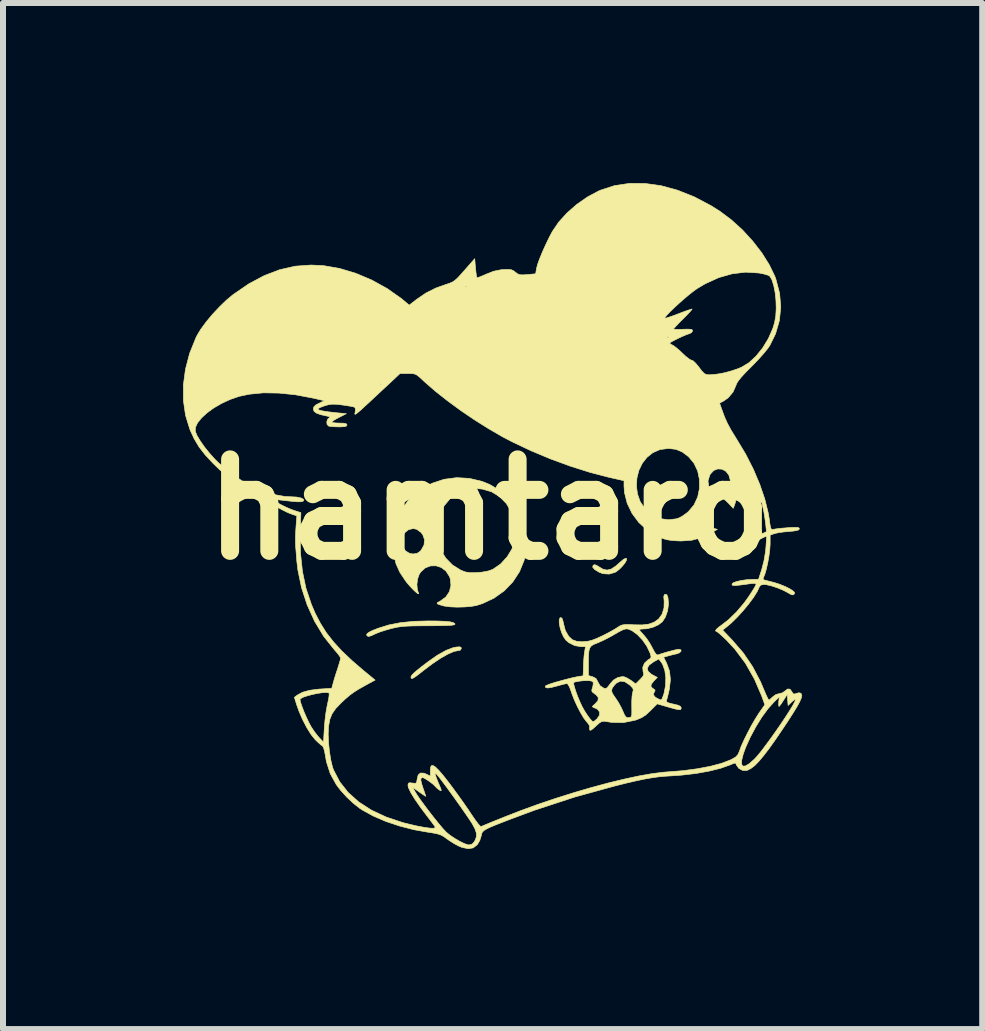
<source format=kicad_pcb>
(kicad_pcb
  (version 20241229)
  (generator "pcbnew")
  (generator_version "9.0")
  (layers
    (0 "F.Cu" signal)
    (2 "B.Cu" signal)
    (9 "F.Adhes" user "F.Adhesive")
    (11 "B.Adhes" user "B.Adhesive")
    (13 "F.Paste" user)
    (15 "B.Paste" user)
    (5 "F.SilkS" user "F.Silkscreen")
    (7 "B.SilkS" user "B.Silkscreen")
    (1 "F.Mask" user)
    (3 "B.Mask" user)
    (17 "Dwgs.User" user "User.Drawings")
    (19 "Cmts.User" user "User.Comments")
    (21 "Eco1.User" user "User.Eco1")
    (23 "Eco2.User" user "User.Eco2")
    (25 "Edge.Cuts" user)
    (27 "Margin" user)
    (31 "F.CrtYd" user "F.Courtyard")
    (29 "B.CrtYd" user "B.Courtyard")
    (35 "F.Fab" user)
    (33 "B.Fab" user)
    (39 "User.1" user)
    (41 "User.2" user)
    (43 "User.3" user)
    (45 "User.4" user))
  (footprint "hamtaro"
    (layer "F.Cu")
    (at 5.101 5.437)
    (property "Reference" "hamtaro" (at 0 0 0) (layer "F.SilkS") (effects (font (size 1.524 1.524) (thickness 0.3))))
    (attr through_hole)
    (fp_poly (pts (xy 2.286 0.817) (xy 2.286 0.844) (xy 2.261 0.889) (xy 2.219 0.942) (xy 2.168 0.994) (xy 2.115 1.036) (xy 2.094 1.048) (xy 1.997 1.076) (xy 1.894 1.07) (xy 1.831 1.046) (xy 1.755 1) (xy 1.722 0.961) (xy 1.73 0.929) (xy 1.757 0.919) (xy 1.8 0.938) (xy 1.815 0.948) (xy 1.892 0.994) (xy 1.961 1.01) (xy 2.03 0.993) (xy 2.106 0.943) (xy 2.175 0.882) (xy 2.236 0.83) (xy 2.274 0.813) (xy 2.286 0.817)) (stroke (width 0.01) (type solid)) (fill yes) (layer "F.SilkS"))
    (fp_poly (pts (xy -0.471 2.296) (xy -0.466 2.315) (xy -0.483 2.344) (xy -0.513 2.35) (xy -0.589 2.365) (xy -0.69 2.409) (xy -0.812 2.478) (xy -0.951 2.572) (xy -1.102 2.686) (xy -1.138 2.715) (xy -1.213 2.773) (xy -1.262 2.806) (xy -1.29 2.817) (xy -1.304 2.807) (xy -1.304 2.806) (xy -1.305 2.787) (xy -1.292 2.762) (xy -1.26 2.728) (xy -1.206 2.681) (xy -1.126 2.617) (xy -1.021 2.537) (xy -0.862 2.426) (xy -0.72 2.347) (xy -0.599 2.301) (xy -0.552 2.292) (xy -0.496 2.288) (xy -0.471 2.296)) (stroke (width 0.01) (type solid)) (fill yes) (layer "F.SilkS"))
    (fp_poly (pts (xy -0.865 1.858) (xy -0.743 1.863) (xy -0.656 1.871) (xy -0.601 1.884) (xy -0.575 1.901) (xy -0.571 1.912) (xy -0.584 1.921) (xy -0.625 1.928) (xy -0.697 1.933) (xy -0.803 1.935) (xy -0.947 1.937) (xy -1.011 1.937) (xy -1.166 1.938) (xy -1.287 1.94) (xy -1.382 1.944) (xy -1.46 1.95) (xy -1.528 1.96) (xy -1.594 1.974) (xy -1.635 1.984) (xy -1.731 2.011) (xy -1.821 2.04) (xy -1.89 2.067) (xy -1.904 2.074) (xy -1.971 2.105) (xy -2.012 2.115) (xy -2.036 2.105) (xy -2.041 2.098) (xy -2.041 2.075) (xy -2.01 2.048) (xy -1.946 2.016) (xy -1.858 1.981) (xy -1.676 1.924) (xy -1.477 1.885) (xy -1.254 1.863) (xy -1.027 1.857) (xy -0.865 1.858)) (stroke (width 0.01) (type solid)) (fill yes) (layer "F.SilkS"))
    (fp_poly (pts (xy -0.332 -0.518) (xy -0.121 -0.468) (xy 0.003 -0.418) (xy 0.17 -0.32) (xy 0.319 -0.188) (xy 0.445 -0.032) (xy 0.539 0.141) (xy 0.572 0.23) (xy 0.6 0.361) (xy 0.613 0.513) (xy 0.61 0.667) (xy 0.591 0.805) (xy 0.58 0.848) (xy 0.503 1.037) (xy 0.391 1.208) (xy 0.248 1.356) (xy 0.078 1.477) (xy -0.113 1.567) (xy -0.213 1.599) (xy -0.303 1.615) (xy -0.416 1.624) (xy -0.537 1.627) (xy -0.651 1.622) (xy -0.743 1.61) (xy -0.762 1.606) (xy -0.834 1.585) (xy -0.868 1.57) (xy -0.868 1.555) (xy -0.835 1.535) (xy -0.812 1.523) (xy -0.723 1.457) (xy -0.664 1.368) (xy -0.639 1.264) (xy -0.65 1.155) (xy -0.664 1.116) (xy -0.721 1.027) (xy -0.799 0.967) (xy -0.888 0.938) (xy -0.981 0.94) (xy -1.068 0.974) (xy -1.141 1.04) (xy -1.168 1.081) (xy -1.195 1.158) (xy -1.206 1.249) (xy -1.199 1.334) (xy -1.184 1.379) (xy -1.175 1.404) (xy -1.19 1.403) (xy -1.221 1.379) (xy -1.265 1.338) (xy -1.316 1.285) (xy -1.369 1.224) (xy -1.398 1.186) (xy -1.492 1.044) (xy -1.554 0.906) (xy -1.59 0.756) (xy -1.603 0.623) (xy -1.601 0.526) (xy -1.46 0.526) (xy -1.444 0.618) (xy -1.397 0.689) (xy -1.328 0.732) (xy -1.27 0.741) (xy -1.205 0.732) (xy -1.156 0.7) (xy -1.134 0.676) (xy -1.087 0.591) (xy -1.079 0.503) (xy -1.109 0.419) (xy -1.141 0.379) (xy -1.154 0.371) (xy -0.881 0.371) (xy -0.86 0.529) (xy -0.807 0.679) (xy -0.723 0.813) (xy -0.613 0.925) (xy -0.477 1.01) (xy -0.402 1.04) (xy -0.325 1.053) (xy -0.224 1.053) (xy -0.116 1.043) (xy -0.015 1.024) (xy 0.059 0.997) (xy 0.187 0.909) (xy 0.298 0.788) (xy 0.373 0.665) (xy 0.404 0.594) (xy 0.423 0.532) (xy 0.431 0.462) (xy 0.433 0.368) (xy 0.433 0.36) (xy 0.43 0.259) (xy 0.421 0.183) (xy 0.4 0.114) (xy 0.372 0.048) (xy 0.284 -0.099) (xy 0.171 -0.214) (xy 0.035 -0.296) (xy -0.118 -0.34) (xy -0.222 -0.349) (xy -0.382 -0.329) (xy -0.528 -0.271) (xy -0.655 -0.178) (xy -0.761 -0.051) (xy -0.817 0.051) (xy -0.868 0.209) (xy -0.881 0.371) (xy -1.154 0.371) (xy -1.212 0.329) (xy -1.27 0.318) (xy -1.346 0.337) (xy -1.41 0.388) (xy -1.45 0.462) (xy -1.46 0.526) (xy -1.601 0.526) (xy -1.599 0.407) (xy -1.559 0.212) (xy -1.482 0.035) (xy -1.367 -0.128) (xy -1.301 -0.199) (xy -1.135 -0.337) (xy -0.95 -0.438) (xy -0.752 -0.503) (xy -0.544 -0.53) (xy -0.332 -0.518)) (stroke (width 0.01) (type solid)) (fill yes) (layer "F.SilkS"))
    (fp_poly (pts (xy 2.957 1.419) (xy 2.976 1.467) (xy 2.984 1.557) (xy 2.984 1.583) (xy 2.97 1.689) (xy 2.933 1.793) (xy 2.883 1.87) (xy 2.817 1.921) (xy 2.727 1.962) (xy 2.63 1.986) (xy 2.588 1.989) (xy 2.533 1.992) (xy 2.501 1.998) (xy 2.498 2.001) (xy 2.511 2.022) (xy 2.546 2.062) (xy 2.572 2.09) (xy 2.622 2.151) (xy 2.675 2.231) (xy 2.713 2.301) (xy 2.752 2.374) (xy 2.781 2.413) (xy 2.805 2.424) (xy 2.813 2.422) (xy 2.863 2.404) (xy 2.934 2.382) (xy 3.014 2.36) (xy 3.088 2.341) (xy 3.142 2.33) (xy 3.159 2.328) (xy 3.192 2.338) (xy 3.194 2.361) (xy 3.17 2.386) (xy 3.127 2.403) (xy 3.057 2.419) (xy 2.983 2.438) (xy 2.981 2.439) (xy 2.904 2.461) (xy 2.953 2.559) (xy 3.002 2.693) (xy 3.017 2.833) (xy 3 2.988) (xy 2.998 2.998) (xy 2.98 3.076) (xy 2.964 3.141) (xy 2.953 3.179) (xy 2.951 3.2) (xy 2.972 3.217) (xy 3.024 3.232) (xy 3.067 3.242) (xy 3.142 3.26) (xy 3.182 3.278) (xy 3.196 3.301) (xy 3.196 3.307) (xy 3.193 3.325) (xy 3.181 3.335) (xy 3.152 3.334) (xy 3.099 3.324) (xy 3.018 3.302) (xy 2.938 3.279) (xy 2.797 3.238) (xy 2.682 3.353) (xy 2.608 3.422) (xy 2.539 3.467) (xy 2.458 3.501) (xy 2.425 3.512) (xy 2.234 3.55) (xy 2.041 3.547) (xy 1.969 3.536) (xy 1.913 3.527) (xy 1.874 3.532) (xy 1.835 3.555) (xy 1.784 3.6) (xy 1.727 3.652) (xy 1.693 3.676) (xy 1.676 3.678) (xy 1.67 3.659) (xy 1.67 3.657) (xy 1.67 3.617) (xy 1.671 3.611) (xy 1.66 3.585) (xy 1.628 3.544) (xy 1.621 3.536) (xy 1.575 3.477) (xy 1.522 3.388) (xy 1.467 3.283) (xy 1.416 3.172) (xy 1.375 3.066) (xy 1.364 3.032) (xy 1.336 2.958) (xy 1.31 2.912) (xy 1.307 2.91) (xy 1.406 2.91) (xy 1.42 2.965) (xy 1.444 3.04) (xy 1.476 3.125) (xy 1.513 3.212) (xy 1.545 3.281) (xy 1.587 3.356) (xy 1.634 3.428) (xy 1.678 3.488) (xy 1.714 3.526) (xy 1.731 3.535) (xy 1.754 3.522) (xy 1.791 3.49) (xy 1.793 3.489) (xy 1.834 3.431) (xy 1.838 3.376) (xy 1.806 3.331) (xy 1.783 3.318) (xy 1.739 3.299) (xy 1.717 3.287) (xy 1.725 3.272) (xy 1.758 3.242) (xy 1.764 3.237) (xy 1.81 3.184) (xy 1.815 3.133) (xy 1.778 3.087) (xy 1.757 3.073) (xy 1.712 3.037) (xy 1.709 3.018) (xy 2.036 3.018) (xy 2.051 3.065) (xy 2.093 3.128) (xy 2.102 3.14) (xy 2.151 3.214) (xy 2.199 3.303) (xy 2.222 3.353) (xy 2.251 3.42) (xy 2.275 3.455) (xy 2.3 3.468) (xy 2.324 3.467) (xy 2.35 3.462) (xy 2.365 3.45) (xy 2.373 3.421) (xy 2.374 3.368) (xy 2.373 3.28) (xy 2.373 3.28) (xy 2.373 3.189) (xy 2.378 3.109) (xy 2.387 3.053) (xy 2.39 3.043) (xy 2.399 3.005) (xy 2.388 2.974) (xy 2.351 2.935) (xy 2.337 2.922) (xy 2.258 2.87) (xy 2.186 2.859) (xy 2.12 2.89) (xy 2.087 2.923) (xy 2.048 2.975) (xy 2.036 3.018) (xy 1.709 3.018) (xy 1.707 3.006) (xy 1.721 2.961) (xy 1.73 2.918) (xy 1.731 2.879) (xy 1.709 2.86) (xy 1.673 2.853) (xy 1.617 2.851) (xy 1.548 2.854) (xy 1.479 2.863) (xy 1.426 2.874) (xy 1.406 2.883) (xy 1.406 2.91) (xy 1.307 2.91) (xy 1.293 2.9) (xy 1.259 2.906) (xy 1.198 2.921) (xy 1.122 2.942) (xy 1.118 2.943) (xy 1.025 2.967) (xy 0.966 2.974) (xy 0.936 2.962) (xy 0.931 2.944) (xy 0.951 2.931) (xy 1.003 2.91) (xy 1.079 2.885) (xy 1.171 2.859) (xy 1.27 2.832) (xy 1.368 2.807) (xy 1.455 2.788) (xy 1.525 2.776) (xy 1.56 2.773) (xy 1.563 2.753) (xy 1.566 2.703) (xy 1.568 2.631) (xy 1.568 2.63) (xy 1.569 2.582) (xy 1.651 2.582) (xy 1.651 2.767) (xy 1.72 2.786) (xy 1.777 2.815) (xy 1.807 2.868) (xy 1.808 2.872) (xy 1.847 2.938) (xy 1.908 2.977) (xy 1.94 2.983) (xy 1.965 2.967) (xy 1.998 2.926) (xy 2.009 2.909) (xy 2.066 2.844) (xy 2.14 2.799) (xy 2.217 2.784) (xy 2.246 2.787) (xy 2.296 2.808) (xy 2.355 2.844) (xy 2.368 2.853) (xy 2.439 2.905) (xy 2.511 2.832) (xy 2.555 2.785) (xy 2.572 2.751) (xy 2.567 2.716) (xy 2.562 2.702) (xy 2.557 2.644) (xy 2.632 2.644) (xy 2.644 2.694) (xy 2.698 2.743) (xy 2.737 2.765) (xy 2.799 2.797) (xy 2.743 2.855) (xy 2.7 2.909) (xy 2.692 2.947) (xy 2.719 2.978) (xy 2.733 2.986) (xy 2.762 3.01) (xy 2.754 3.033) (xy 2.732 3.075) (xy 2.752 3.116) (xy 2.789 3.142) (xy 2.834 3.164) (xy 2.862 3.174) (xy 2.862 3.174) (xy 2.876 3.156) (xy 2.895 3.109) (xy 2.91 3.065) (xy 2.936 2.933) (xy 2.94 2.801) (xy 2.923 2.678) (xy 2.886 2.577) (xy 2.86 2.538) (xy 2.822 2.491) (xy 2.734 2.54) (xy 2.662 2.593) (xy 2.632 2.644) (xy 2.557 2.644) (xy 2.556 2.63) (xy 2.585 2.56) (xy 2.644 2.505) (xy 2.653 2.5) (xy 2.685 2.479) (xy 2.695 2.456) (xy 2.685 2.414) (xy 2.677 2.389) (xy 2.624 2.278) (xy 2.551 2.173) (xy 2.465 2.083) (xy 2.376 2.018) (xy 2.313 1.992) (xy 2.277 1.989) (xy 2.231 2.002) (xy 2.167 2.033) (xy 2.088 2.079) (xy 1.996 2.131) (xy 1.899 2.18) (xy 1.817 2.217) (xy 1.798 2.225) (xy 1.74 2.248) (xy 1.7 2.272) (xy 1.674 2.307) (xy 1.659 2.358) (xy 1.653 2.434) (xy 1.651 2.542) (xy 1.651 2.582) (xy 1.569 2.582) (xy 1.571 2.537) (xy 1.578 2.444) (xy 1.585 2.387) (xy 1.602 2.286) (xy 1.531 2.286) (xy 1.423 2.268) (xy 1.325 2.219) (xy 1.276 2.177) (xy 1.237 2.121) (xy 1.204 2.05) (xy 1.18 1.974) (xy 1.166 1.901) (xy 1.164 1.842) (xy 1.177 1.806) (xy 1.193 1.799) (xy 1.216 1.82) (xy 1.232 1.878) (xy 1.236 1.9) (xy 1.266 2.015) (xy 1.321 2.111) (xy 1.384 2.17) (xy 1.453 2.195) (xy 1.545 2.204) (xy 1.645 2.195) (xy 1.709 2.179) (xy 1.79 2.148) (xy 1.891 2.101) (xy 1.996 2.047) (xy 2.091 1.994) (xy 2.14 1.962) (xy 2.18 1.937) (xy 2.218 1.923) (xy 2.266 1.917) (xy 2.335 1.917) (xy 2.407 1.921) (xy 2.549 1.923) (xy 2.66 1.909) (xy 2.747 1.877) (xy 2.819 1.826) (xy 2.821 1.824) (xy 2.878 1.744) (xy 2.91 1.64) (xy 2.913 1.527) (xy 2.911 1.512) (xy 2.906 1.451) (xy 2.917 1.419) (xy 2.929 1.412) (xy 2.957 1.419)) (stroke (width 0.01) (type solid)) (fill yes) (layer "F.SilkS"))
    (fp_poly (pts (xy 2.595 -5.431) (xy 2.864 -5.393) (xy 3.138 -5.318) (xy 3.416 -5.207) (xy 3.693 -5.061) (xy 3.842 -4.967) (xy 4.034 -4.823) (xy 4.219 -4.655) (xy 4.389 -4.469) (xy 4.54 -4.274) (xy 4.664 -4.076) (xy 4.757 -3.884) (xy 4.774 -3.836) (xy 4.836 -3.601) (xy 4.855 -3.371) (xy 4.832 -3.146) (xy 4.768 -2.926) (xy 4.673 -2.732) (xy 4.633 -2.675) (xy 4.569 -2.597) (xy 4.49 -2.508) (xy 4.402 -2.416) (xy 4.367 -2.381) (xy 4.268 -2.281) (xy 4.197 -2.204) (xy 4.149 -2.144) (xy 4.12 -2.097) (xy 4.109 -2.067) (xy 4.06 -1.956) (xy 3.981 -1.862) (xy 3.91 -1.811) (xy 3.836 -1.771) (xy 3.874 -1.663) (xy 3.919 -1.541) (xy 3.967 -1.434) (xy 4.025 -1.327) (xy 4.099 -1.206) (xy 4.125 -1.164) (xy 4.27 -0.923) (xy 4.398 -0.672) (xy 4.505 -0.419) (xy 4.589 -0.174) (xy 4.646 0.057) (xy 4.662 0.151) (xy 4.674 0.241) (xy 4.685 0.296) (xy 4.696 0.325) (xy 4.712 0.333) (xy 4.736 0.33) (xy 4.741 0.329) (xy 4.786 0.322) (xy 4.86 0.313) (xy 4.949 0.306) (xy 4.979 0.303) (xy 5.07 0.298) (xy 5.126 0.298) (xy 5.155 0.305) (xy 5.164 0.318) (xy 5.165 0.322) (xy 5.155 0.339) (xy 5.12 0.351) (xy 5.055 0.361) (xy 4.99 0.366) (xy 4.898 0.375) (xy 4.814 0.387) (xy 4.754 0.401) (xy 4.747 0.403) (xy 4.678 0.427) (xy 4.678 0.579) (xy 4.672 0.669) (xy 4.658 0.777) (xy 4.638 0.891) (xy 4.614 0.996) (xy 4.589 1.082) (xy 4.571 1.124) (xy 4.56 1.159) (xy 4.576 1.173) (xy 4.61 1.182) (xy 4.671 1.198) (xy 4.743 1.216) (xy 4.837 1.246) (xy 4.935 1.286) (xy 4.993 1.315) (xy 5.055 1.353) (xy 5.083 1.379) (xy 5.085 1.4) (xy 5.08 1.408) (xy 5.059 1.423) (xy 5.028 1.417) (xy 4.976 1.388) (xy 4.974 1.386) (xy 4.895 1.345) (xy 4.799 1.305) (xy 4.701 1.273) (xy 4.615 1.253) (xy 4.574 1.249) (xy 4.52 1.26) (xy 4.498 1.29) (xy 4.463 1.367) (xy 4.403 1.463) (xy 4.323 1.571) (xy 4.231 1.683) (xy 4.133 1.791) (xy 4.036 1.887) (xy 3.97 1.943) (xy 3.887 2.009) (xy 4.046 2.176) (xy 4.232 2.391) (xy 4.386 2.618) (xy 4.518 2.87) (xy 4.573 3) (xy 4.606 3.078) (xy 4.634 3.138) (xy 4.653 3.171) (xy 4.657 3.175) (xy 4.679 3.161) (xy 4.715 3.127) (xy 4.72 3.122) (xy 4.775 3.082) (xy 4.826 3.069) (xy 4.884 3.054) (xy 4.921 3.027) (xy 4.97 2.99) (xy 5.01 2.994) (xy 5.041 3.037) (xy 5.064 3.072) (xy 5.092 3.073) (xy 5.106 3.067) (xy 5.152 3.054) (xy 5.177 3.056) (xy 5.199 3.072) (xy 5.206 3.099) (xy 5.197 3.141) (xy 5.171 3.202) (xy 5.126 3.285) (xy 5.06 3.392) (xy 4.972 3.529) (xy 4.905 3.63) (xy 4.777 3.819) (xy 4.667 3.974) (xy 4.573 4.097) (xy 4.493 4.193) (xy 4.424 4.264) (xy 4.362 4.312) (xy 4.307 4.341) (xy 4.282 4.349) (xy 4.217 4.346) (xy 4.156 4.312) (xy 4.118 4.259) (xy 4.117 4.256) (xy 4.112 4.242) (xy 4.202 4.242) (xy 4.223 4.275) (xy 4.266 4.273) (xy 4.33 4.235) (xy 4.414 4.161) (xy 4.421 4.154) (xy 4.472 4.098) (xy 4.537 4.018) (xy 4.611 3.919) (xy 4.692 3.809) (xy 4.775 3.692) (xy 4.857 3.574) (xy 4.933 3.46) (xy 4.999 3.357) (xy 5.052 3.271) (xy 5.087 3.206) (xy 5.101 3.168) (xy 5.101 3.167) (xy 5.088 3.167) (xy 5.055 3.191) (xy 5.039 3.205) (xy 4.977 3.265) (xy 4.97 3.172) (xy 4.964 3.08) (xy 4.9 3.18) (xy 4.864 3.235) (xy 4.836 3.272) (xy 4.825 3.281) (xy 4.82 3.262) (xy 4.821 3.216) (xy 4.822 3.201) (xy 4.831 3.122) (xy 4.743 3.207) (xy 4.643 3.318) (xy 4.539 3.46) (xy 4.439 3.622) (xy 4.347 3.794) (xy 4.27 3.965) (xy 4.231 4.071) (xy 4.205 4.174) (xy 4.202 4.242) (xy 4.112 4.242) (xy 4.108 4.232) (xy 4.092 4.225) (xy 4.058 4.235) (xy 4.008 4.256) (xy 3.85 4.312) (xy 3.659 4.359) (xy 3.442 4.398) (xy 3.209 4.425) (xy 3.04 4.437) (xy 2.925 4.444) (xy 2.817 4.454) (xy 2.706 4.47) (xy 2.585 4.491) (xy 2.447 4.52) (xy 2.283 4.558) (xy 2.095 4.605) (xy 1.424 4.79) (xy 0.75 5.011) (xy 0.349 5.16) (xy 0.202 5.217) (xy 0.088 5.262) (xy 0.005 5.297) (xy -0.053 5.326) (xy -0.091 5.35) (xy -0.114 5.373) (xy -0.126 5.398) (xy -0.133 5.427) (xy -0.135 5.438) (xy -0.158 5.512) (xy -0.198 5.581) (xy -0.203 5.586) (xy -0.268 5.637) (xy -0.349 5.651) (xy -0.45 5.631) (xy -0.507 5.608) (xy -0.579 5.57) (xy -0.66 5.519) (xy -0.709 5.485) (xy -0.765 5.445) (xy -0.817 5.418) (xy -0.879 5.4) (xy -0.962 5.385) (xy -1.011 5.378) (xy -1.254 5.335) (xy -1.495 5.273) (xy -1.725 5.196) (xy -1.934 5.106) (xy -2.114 5.007) (xy -2.156 4.98) (xy -2.264 4.895) (xy -2.377 4.789) (xy -2.479 4.676) (xy -2.55 4.582) (xy -2.65 4.399) (xy -2.713 4.203) (xy -2.731 4.1) (xy -2.745 4.024) (xy -2.762 3.967) (xy -2.777 3.94) (xy -2.779 3.939) (xy -2.806 3.921) (xy -2.852 3.881) (xy -2.901 3.833) (xy -2.968 3.75) (xy -3.039 3.637) (xy -3.108 3.505) (xy -3.168 3.367) (xy -3.209 3.253) (xy -3.236 3.166) (xy -3.154 3.166) (xy -3.145 3.21) (xy -3.121 3.281) (xy -3.088 3.368) (xy -3.048 3.46) (xy -3.007 3.547) (xy -2.969 3.618) (xy -2.961 3.631) (xy -2.911 3.705) (xy -2.856 3.776) (xy -2.829 3.806) (xy -2.762 3.876) (xy -2.748 3.636) (xy -2.738 3.517) (xy -2.723 3.394) (xy -2.704 3.284) (xy -2.693 3.231) (xy -2.676 3.154) (xy -2.668 3.093) (xy -2.669 3.059) (xy -2.671 3.056) (xy -2.71 3.048) (xy -2.775 3.051) (xy -2.857 3.063) (xy -2.944 3.081) (xy -3.028 3.103) (xy -3.097 3.126) (xy -3.142 3.15) (xy -3.154 3.166) (xy -3.236 3.166) (xy -3.247 3.129) (xy -3.197 3.091) (xy -3.111 3.045) (xy -2.993 3.012) (xy -2.838 2.992) (xy -2.799 2.99) (xy -2.625 2.979) (xy -2.601 2.892) (xy -2.583 2.827) (xy -2.556 2.741) (xy -2.527 2.653) (xy -2.503 2.576) (xy -2.485 2.514) (xy -2.477 2.478) (xy -2.477 2.476) (xy -2.49 2.449) (xy -2.525 2.401) (xy -2.576 2.342) (xy -2.584 2.333) (xy -2.759 2.113) (xy -2.91 1.863) (xy -3.034 1.59) (xy -3.128 1.303) (xy -3.189 1.008) (xy -3.207 0.857) (xy -3.214 0.762) (xy -3.222 0.666) (xy -3.227 0.603) (xy -3.229 0.532) (xy -3.228 0.437) (xy -3.223 0.334) (xy -3.221 0.302) (xy -3.206 0.106) (xy -3.28 0.082) (xy -3.355 0.053) (xy -3.45 0.006) (xy -3.551 -0.049) (xy -3.643 -0.105) (xy -3.704 -0.147) (xy -3.756 -0.182) (xy -3.832 -0.229) (xy -3.921 -0.28) (xy -3.969 -0.306) (xy -4.131 -0.397) (xy -4.266 -0.482) (xy -4.384 -0.569) (xy -4.499 -0.669) (xy -4.604 -0.771) (xy -4.734 -0.911) (xy -4.836 -1.043) (xy -4.917 -1.179) (xy -4.974 -1.302) (xy -4.898 -1.302) (xy -4.87 -1.233) (xy -4.816 -1.143) (xy -4.745 -1.041) (xy -4.66 -0.936) (xy -4.57 -0.836) (xy -4.517 -0.783) (xy -4.303 -0.6) (xy -4.081 -0.451) (xy -3.855 -0.336) (xy -3.629 -0.257) (xy -3.408 -0.217) (xy -3.31 -0.212) (xy -3.21 -0.207) (xy -3.137 -0.192) (xy -3.096 -0.17) (xy -3.09 -0.156) (xy -3.1 -0.139) (xy -3.134 -0.129) (xy -3.195 -0.128) (xy -3.289 -0.136) (xy -3.406 -0.149) (xy -3.487 -0.158) (xy -3.551 -0.163) (xy -3.587 -0.163) (xy -3.592 -0.162) (xy -3.582 -0.147) (xy -3.542 -0.119) (xy -3.481 -0.085) (xy -3.409 -0.049) (xy -3.334 -0.015) (xy -3.265 0.012) (xy -3.258 0.014) (xy -3.139 0.053) (xy -3.149 0.402) (xy -3.145 0.73) (xy -3.113 1.032) (xy -3.054 1.313) (xy -2.964 1.581) (xy -2.9 1.73) (xy -2.813 1.897) (xy -2.714 2.054) (xy -2.596 2.205) (xy -2.456 2.358) (xy -2.287 2.518) (xy -2.1 2.679) (xy -1.902 2.842) (xy -2.056 2.925) (xy -2.166 2.987) (xy -2.251 3.04) (xy -2.325 3.094) (xy -2.4 3.158) (xy -2.463 3.217) (xy -2.556 3.313) (xy -2.619 3.403) (xy -2.657 3.497) (xy -2.677 3.608) (xy -2.679 3.622) (xy -2.684 3.744) (xy -2.678 3.885) (xy -2.663 4.032) (xy -2.641 4.171) (xy -2.613 4.288) (xy -2.596 4.337) (xy -2.492 4.536) (xy -2.352 4.714) (xy -2.175 4.872) (xy -1.963 5.009) (xy -1.716 5.124) (xy -1.435 5.218) (xy -1.228 5.268) (xy -1.086 5.295) (xy -0.985 5.309) (xy -0.923 5.31) (xy -0.9 5.297) (xy -0.903 5.286) (xy -0.922 5.259) (xy -0.961 5.207) (xy -1.013 5.138) (xy -1.049 5.091) (xy -1.155 4.949) (xy -1.241 4.825) (xy -1.304 4.723) (xy -1.342 4.645) (xy -1.347 4.628) (xy -1.275 4.628) (xy -1.24 4.695) (xy -1.207 4.75) (xy -1.153 4.829) (xy -1.083 4.924) (xy -1.005 5.028) (xy -0.925 5.131) (xy -0.847 5.228) (xy -0.78 5.308) (xy -0.728 5.364) (xy -0.721 5.372) (xy -0.657 5.425) (xy -0.577 5.479) (xy -0.493 5.528) (xy -0.415 5.566) (xy -0.356 5.586) (xy -0.341 5.588) (xy -0.296 5.578) (xy -0.284 5.572) (xy -0.256 5.542) (xy -0.236 5.51) (xy -0.215 5.452) (xy -0.215 5.391) (xy -0.239 5.319) (xy -0.288 5.229) (xy -0.332 5.162) (xy -0.403 5.058) (xy -0.483 4.943) (xy -0.567 4.825) (xy -0.65 4.71) (xy -0.726 4.606) (xy -0.791 4.519) (xy -0.839 4.456) (xy -0.857 4.434) (xy -0.892 4.396) (xy -0.905 4.387) (xy -0.902 4.408) (xy -0.898 4.424) (xy -0.881 4.473) (xy -0.854 4.542) (xy -0.834 4.588) (xy -0.808 4.65) (xy -0.8 4.68) (xy -0.808 4.686) (xy -0.823 4.679) (xy -0.868 4.646) (xy -0.891 4.623) (xy -0.931 4.582) (xy -0.987 4.538) (xy -1.046 4.498) (xy -1.094 4.472) (xy -1.114 4.466) (xy -1.136 4.476) (xy -1.141 4.508) (xy -1.128 4.567) (xy -1.101 4.651) (xy -1.078 4.716) (xy -1.063 4.762) (xy -1.058 4.778) (xy -1.074 4.77) (xy -1.115 4.742) (xy -1.167 4.706) (xy -1.275 4.628) (xy -1.347 4.628) (xy -1.355 4.598) (xy -1.35 4.563) (xy -1.33 4.552) (xy -1.282 4.557) (xy -1.233 4.562) (xy -1.212 4.549) (xy -1.204 4.506) (xy -1.202 4.493) (xy -1.185 4.423) (xy -1.147 4.39) (xy -1.087 4.393) (xy -1.053 4.407) (xy -0.981 4.441) (xy -0.983 4.355) (xy -0.979 4.298) (xy -0.965 4.267) (xy -0.938 4.265) (xy -0.896 4.291) (xy -0.839 4.348) (xy -0.763 4.437) (xy -0.667 4.56) (xy -0.594 4.658) (xy -0.514 4.768) (xy -0.429 4.887) (xy -0.35 5.001) (xy -0.287 5.096) (xy -0.286 5.097) (xy -0.233 5.174) (xy -0.187 5.235) (xy -0.153 5.273) (xy -0.138 5.282) (xy -0.112 5.271) (xy -0.054 5.247) (xy 0.03 5.212) (xy 0.134 5.17) (xy 0.243 5.126) (xy 0.52 5.018) (xy 0.809 4.913) (xy 1.104 4.813) (xy 1.4 4.72) (xy 1.692 4.634) (xy 1.974 4.558) (xy 2.241 4.493) (xy 2.487 4.44) (xy 2.708 4.401) (xy 2.898 4.377) (xy 2.963 4.372) (xy 3.226 4.351) (xy 3.467 4.319) (xy 3.683 4.278) (xy 3.868 4.229) (xy 4.017 4.172) (xy 4.041 4.16) (xy 4.106 4.122) (xy 4.143 4.081) (xy 4.167 4.024) (xy 4.196 3.945) (xy 4.243 3.841) (xy 4.301 3.724) (xy 4.364 3.604) (xy 4.429 3.492) (xy 4.487 3.399) (xy 4.495 3.388) (xy 4.59 3.252) (xy 4.536 3.103) (xy 4.416 2.824) (xy 4.267 2.562) (xy 4.091 2.327) (xy 3.951 2.176) (xy 3.886 2.115) (xy 3.832 2.066) (xy 3.795 2.037) (xy 3.785 2.032) (xy 3.767 2.022) (xy 3.782 1.996) (xy 3.826 1.957) (xy 3.849 1.941) (xy 3.982 1.839) (xy 4.117 1.708) (xy 4.243 1.56) (xy 4.318 1.456) (xy 4.37 1.377) (xy 4.412 1.31) (xy 4.438 1.262) (xy 4.445 1.245) (xy 4.426 1.233) (xy 4.372 1.233) (xy 4.355 1.235) (xy 4.235 1.252) (xy 4.15 1.262) (xy 4.094 1.267) (xy 4.062 1.266) (xy 4.047 1.259) (xy 4.043 1.246) (xy 4.043 1.243) (xy 4.062 1.222) (xy 4.115 1.202) (xy 4.19 1.184) (xy 4.28 1.171) (xy 4.373 1.165) (xy 4.398 1.164) (xy 4.485 1.164) (xy 4.541 0.99) (xy 4.577 0.848) (xy 4.602 0.696) (xy 4.608 0.629) (xy 4.621 0.442) (xy 4.559 0.47) (xy 4.44 0.53) (xy 4.315 0.607) (xy 4.203 0.688) (xy 4.167 0.717) (xy 4.111 0.764) (xy 4.075 0.785) (xy 4.053 0.783) (xy 4.044 0.774) (xy 4.038 0.755) (xy 4.053 0.729) (xy 4.093 0.69) (xy 4.162 0.633) (xy 4.172 0.625) (xy 4.263 0.56) (xy 4.364 0.496) (xy 4.456 0.445) (xy 4.471 0.438) (xy 4.617 0.37) (xy 4.604 0.243) (xy 4.591 0.148) (xy 4.575 0.046) (xy 4.565 -0.000145) (xy 4.539 -0.116) (xy 4.381 -0.142) (xy 4.259 -0.159) (xy 4.175 -0.167) (xy 4.126 -0.164) (xy 4.107 -0.152) (xy 4.106 -0.15) (xy 4.099 -0.117) (xy 4.085 -0.074) (xy 4.064 -0.019) (xy 3.983 -0.105) (xy 3.93 -0.156) (xy 3.886 -0.181) (xy 3.834 -0.19) (xy 3.806 -0.191) (xy 3.702 -0.172) (xy 3.621 -0.117) (xy 3.564 -0.028) (xy 3.563 -0.027) (xy 3.546 0.064) (xy 3.565 0.155) (xy 3.614 0.236) (xy 3.687 0.295) (xy 3.738 0.315) (xy 3.799 0.331) (xy 3.698 0.39) (xy 3.537 0.468) (xy 3.375 0.512) (xy 3.198 0.525) (xy 3.139 0.523) (xy 3.035 0.516) (xy 2.955 0.503) (xy 2.882 0.481) (xy 2.798 0.444) (xy 2.789 0.44) (xy 2.627 0.342) (xy 2.488 0.214) (xy 2.377 0.064) (xy 2.297 -0.103) (xy 2.252 -0.28) (xy 2.244 -0.39) (xy 2.451 -0.39) (xy 2.468 -0.259) (xy 2.512 -0.134) (xy 2.585 -0.022) (xy 2.687 0.073) (xy 2.737 0.106) (xy 2.857 0.154) (xy 2.987 0.171) (xy 3.113 0.156) (xy 3.163 0.14) (xy 3.221 0.107) (xy 3.288 0.059) (xy 3.318 0.034) (xy 3.41 -0.076) (xy 3.471 -0.207) (xy 3.501 -0.35) (xy 3.501 -0.476) (xy 3.643 -0.476) (xy 3.655 -0.387) (xy 3.695 -0.319) (xy 3.764 -0.265) (xy 3.84 -0.25) (xy 3.915 -0.275) (xy 3.969 -0.322) (xy 4.006 -0.373) (xy 4.019 -0.422) (xy 4.015 -0.485) (xy 3.99 -0.573) (xy 3.941 -0.636) (xy 3.877 -0.671) (xy 3.807 -0.676) (xy 3.739 -0.65) (xy 3.682 -0.589) (xy 3.673 -0.572) (xy 3.643 -0.476) (xy 3.501 -0.476) (xy 3.501 -0.497) (xy 3.471 -0.641) (xy 3.409 -0.771) (xy 3.318 -0.88) (xy 3.214 -0.958) (xy 3.109 -1.002) (xy 2.987 -1.016) (xy 2.979 -1.016) (xy 2.842 -0.998) (xy 2.724 -0.946) (xy 2.625 -0.867) (xy 2.547 -0.767) (xy 2.491 -0.65) (xy 2.459 -0.523) (xy 2.451 -0.39) (xy 2.244 -0.39) (xy 2.244 -0.392) (xy 2.244 -0.479) (xy 1.984 -0.538) (xy 1.677 -0.618) (xy 1.351 -0.721) (xy 1.018 -0.843) (xy 0.691 -0.98) (xy 0.383 -1.126) (xy 0.222 -1.21) (xy -0.006 -1.342) (xy -0.242 -1.49) (xy -0.475 -1.648) (xy -0.697 -1.811) (xy -0.9 -1.971) (xy -1.073 -2.122) (xy -1.094 -2.141) (xy -1.158 -2.201) (xy -1.204 -2.238) (xy -1.243 -2.257) (xy -1.289 -2.264) (xy -1.353 -2.265) (xy -1.487 -2.265) (xy -1.731 -2.037) (xy -1.872 -1.906) (xy -1.984 -1.801) (xy -2.072 -1.72) (xy -2.137 -1.66) (xy -2.184 -1.62) (xy -2.214 -1.596) (xy -2.232 -1.585) (xy -2.239 -1.587) (xy -2.24 -1.598) (xy -2.236 -1.615) (xy -2.234 -1.624) (xy -2.23 -1.676) (xy -2.242 -1.703) (xy -2.272 -1.712) (xy -2.332 -1.723) (xy -2.413 -1.736) (xy -2.444 -1.74) (xy -2.54 -1.752) (xy -2.609 -1.754) (xy -2.668 -1.748) (xy -2.731 -1.731) (xy -2.741 -1.728) (xy -2.804 -1.705) (xy -2.846 -1.684) (xy -2.857 -1.673) (xy -2.836 -1.657) (xy -2.773 -1.641) (xy -2.668 -1.625) (xy -2.531 -1.61) (xy -2.381 -1.596) (xy -2.503 -1.534) (xy -2.566 -1.5) (xy -2.609 -1.472) (xy -2.625 -1.456) (xy -2.605 -1.447) (xy -2.555 -1.441) (xy -2.498 -1.439) (xy -2.424 -1.437) (xy -2.384 -1.428) (xy -2.371 -1.411) (xy -2.371 -1.408) (xy -2.38 -1.39) (xy -2.413 -1.38) (xy -2.478 -1.376) (xy -2.507 -1.376) (xy -2.583 -1.378) (xy -2.645 -1.383) (xy -2.676 -1.389) (xy -2.703 -1.418) (xy -2.707 -1.464) (xy -2.69 -1.507) (xy -2.673 -1.521) (xy -2.653 -1.537) (xy -2.667 -1.547) (xy -2.699 -1.555) (xy -2.807 -1.579) (xy -2.877 -1.604) (xy -2.917 -1.632) (xy -2.931 -1.666) (xy -2.932 -1.672) (xy -2.922 -1.71) (xy -2.889 -1.742) (xy -2.839 -1.768) (xy -2.747 -1.812) (xy -2.945 -1.857) (xy -3.231 -1.911) (xy -3.506 -1.939) (xy -3.765 -1.943) (xy -4 -1.92) (xy -4.169 -1.884) (xy -4.316 -1.833) (xy -4.457 -1.768) (xy -4.587 -1.693) (xy -4.7 -1.611) (xy -4.793 -1.526) (xy -4.86 -1.443) (xy -4.896 -1.365) (xy -4.898 -1.302) (xy -4.974 -1.302) (xy -4.987 -1.331) (xy -4.988 -1.334) (xy -5.06 -1.567) (xy -5.096 -1.815) (xy -5.096 -2.074) (xy -5.095 -2.085) (xy -1.82 -2.085) (xy -1.81 -2.074) (xy -1.799 -2.085) (xy -1.81 -2.095) (xy -1.82 -2.085) (xy -5.095 -2.085) (xy -5.061 -2.338) (xy -4.992 -2.601) (xy -4.888 -2.859) (xy -4.883 -2.868) (xy 2.963 -2.868) (xy 2.974 -2.857) (xy 2.985 -2.868) (xy 2.974 -2.879) (xy 2.963 -2.868) (xy -4.883 -2.868) (xy -4.868 -2.9) (xy -4.805 -3.004) (xy -4.717 -3.124) (xy -4.665 -3.186) (xy 2.924 -3.186) (xy 2.946 -3.189) (xy 3 -3.206) (xy 3.076 -3.232) (xy 3.152 -3.261) (xy 3.241 -3.295) (xy 3.313 -3.32) (xy 3.362 -3.336) (xy 3.378 -3.339) (xy 3.367 -3.322) (xy 3.332 -3.282) (xy 3.278 -3.225) (xy 3.227 -3.174) (xy 3.162 -3.109) (xy 3.11 -3.054) (xy 3.077 -3.018) (xy 3.069 -3.006) (xy 3.089 -3.002) (xy 3.14 -3) (xy 3.213 -3.001) (xy 3.228 -3.002) (xy 3.311 -3.004) (xy 3.359 -3.001) (xy 3.382 -2.991) (xy 3.387 -2.977) (xy 3.369 -2.947) (xy 3.339 -2.931) (xy 3.284 -2.912) (xy 3.215 -2.883) (xy 3.143 -2.849) (xy 3.077 -2.816) (xy 3.027 -2.789) (xy 3.006 -2.772) (xy 3.006 -2.771) (xy 3.023 -2.752) (xy 3.047 -2.741) (xy 3.081 -2.721) (xy 3.135 -2.678) (xy 3.198 -2.621) (xy 3.216 -2.603) (xy 3.277 -2.547) (xy 3.33 -2.506) (xy 3.364 -2.487) (xy 3.37 -2.487) (xy 3.395 -2.476) (xy 3.436 -2.438) (xy 3.485 -2.38) (xy 3.492 -2.37) (xy 3.542 -2.305) (xy 3.579 -2.267) (xy 3.612 -2.249) (xy 3.653 -2.244) (xy 3.678 -2.244) (xy 3.747 -2.249) (xy 3.836 -2.261) (xy 3.922 -2.278) (xy 4.022 -2.305) (xy 4.128 -2.34) (xy 4.202 -2.37) (xy 4.326 -2.445) (xy 4.445 -2.556) (xy 4.555 -2.693) (xy 4.65 -2.849) (xy 4.723 -3.016) (xy 4.752 -3.111) (xy 4.772 -3.222) (xy 4.779 -3.35) (xy 4.775 -3.484) (xy 4.761 -3.615) (xy 4.738 -3.732) (xy 4.707 -3.828) (xy 4.67 -3.889) (xy 4.638 -3.904) (xy 4.577 -3.922) (xy 4.498 -3.938) (xy 4.482 -3.94) (xy 4.267 -3.953) (xy 4.045 -3.926) (xy 3.82 -3.862) (xy 3.597 -3.76) (xy 3.46 -3.679) (xy 3.398 -3.634) (xy 3.322 -3.574) (xy 3.24 -3.505) (xy 3.157 -3.431) (xy 3.078 -3.358) (xy 3.009 -3.292) (xy 2.957 -3.237) (xy 2.928 -3.2) (xy 2.924 -3.186) (xy -4.665 -3.186) (xy -4.611 -3.251) (xy -4.495 -3.375) (xy -4.378 -3.488) (xy -4.27 -3.578) (xy -4.008 -3.758) (xy -3.749 -3.896) (xy -3.492 -3.994) (xy -3.232 -4.053) (xy -2.968 -4.072) (xy -2.763 -4.062) (xy -2.497 -4.016) (xy -2.225 -3.935) (xy -1.956 -3.821) (xy -1.701 -3.68) (xy -1.468 -3.516) (xy -1.434 -3.488) (xy -1.334 -3.404) (xy -1.212 -3.499) (xy -1.057 -3.605) (xy -0.892 -3.688) (xy -0.816 -3.715) (xy -0.402 -3.715) (xy -0.392 -3.704) (xy -0.381 -3.715) (xy -0.392 -3.725) (xy -0.402 -3.715) (xy -0.816 -3.715) (xy -0.73 -3.746) (xy -0.666 -3.767) (xy -0.616 -3.788) (xy -0.572 -3.817) (xy -0.525 -3.86) (xy -0.466 -3.924) (xy -0.413 -3.984) (xy -0.243 -4.178) (xy -0.23 -4.024) (xy -0.222 -3.948) (xy -0.214 -3.89) (xy -0.207 -3.862) (xy -0.206 -3.861) (xy -0.184 -3.865) (xy -0.134 -3.884) (xy -0.066 -3.913) (xy -0.051 -3.92) (xy 0.074 -3.969) (xy 0.192 -3.993) (xy 0.234 -3.997) (xy 0.313 -3.999) (xy 0.365 -3.994) (xy 0.404 -3.976) (xy 0.435 -3.952) (xy 0.473 -3.924) (xy 0.511 -3.91) (xy 0.562 -3.908) (xy 0.634 -3.913) (xy 0.772 -3.926) (xy 0.787 -4.016) (xy 0.805 -4.085) (xy 0.84 -4.181) (xy 0.887 -4.295) (xy 0.942 -4.417) (xy 1 -4.537) (xy 1.05 -4.631) (xy 1.156 -4.787) (xy 1.295 -4.94) (xy 1.457 -5.082) (xy 1.635 -5.206) (xy 1.818 -5.304) (xy 1.852 -5.319) (xy 2.086 -5.395) (xy 2.335 -5.432) (xy 2.595 -5.431)) (stroke (width 0.01) (type solid)) (fill yes) (layer "F.SilkS")))
  (gr_rect
    (start -3 -3)
    (end 13.312 14.093)
    (stroke (width 0.1) (type default))
    (fill no)
    (layer "Edge.Cuts")))
</source>
